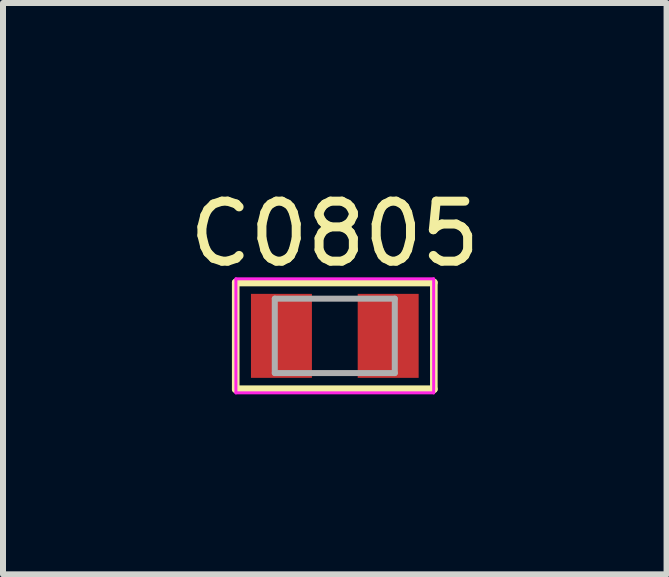
<source format=kicad_pcb>
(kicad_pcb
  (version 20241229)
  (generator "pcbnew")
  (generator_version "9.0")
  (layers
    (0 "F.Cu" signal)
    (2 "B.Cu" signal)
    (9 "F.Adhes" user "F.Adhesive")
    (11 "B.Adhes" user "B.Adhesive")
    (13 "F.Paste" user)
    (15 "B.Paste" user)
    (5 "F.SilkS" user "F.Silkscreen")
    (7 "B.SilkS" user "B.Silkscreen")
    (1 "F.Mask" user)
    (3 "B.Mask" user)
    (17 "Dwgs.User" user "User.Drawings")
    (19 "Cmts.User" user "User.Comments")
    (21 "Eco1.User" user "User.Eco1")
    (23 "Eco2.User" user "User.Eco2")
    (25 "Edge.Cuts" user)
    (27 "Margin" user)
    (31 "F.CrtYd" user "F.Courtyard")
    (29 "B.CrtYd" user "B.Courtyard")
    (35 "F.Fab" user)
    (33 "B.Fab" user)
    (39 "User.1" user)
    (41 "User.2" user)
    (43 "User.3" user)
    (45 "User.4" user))
  (footprint "C0805"
    (layer "F.Cu")
    (at 2.53 2.548)
    (property "Reference" "C0805" (at 0 -1.7 0) (layer "F.SilkS") (effects (font (size 1 1) (thickness 0.15))))
    (attr smd)
    (fp_line (start -1.651 -0.889) (end 1.651 -0.889) (stroke (width 0.127) (type solid)) (layer "F.SilkS"))
    (fp_line (start -1.651 0.889) (end -1.651 -0.889) (stroke (width 0.127) (type solid)) (layer "F.SilkS"))
    (fp_line (start 1.651 -0.889) (end 1.651 0.889) (stroke (width 0.127) (type solid)) (layer "F.SilkS"))
    (fp_line (start 1.651 0.889) (end -1.651 0.889) (stroke (width 0.127) (type solid)) (layer "F.SilkS"))
    (fp_line (start -1.648 -0.95) (end 1.648 -0.95) (stroke (width 0.05) (type solid)) (layer "F.CrtYd"))
    (fp_line (start -1.648 0.95) (end -1.648 -0.95) (stroke (width 0.05) (type solid)) (layer "F.CrtYd"))
    (fp_line (start 1.648 -0.95) (end 1.648 0.95) (stroke (width 0.05) (type solid)) (layer "F.CrtYd"))
    (fp_line (start 1.648 0.95) (end -1.648 0.95) (stroke (width 0.05) (type solid)) (layer "F.CrtYd"))
    (fp_line (start -1 0.62) (end -1 -0.62) (stroke (width 0.1) (type solid)) (layer "F.Fab"))
    (fp_line (start 1 -0.62) (end -1 -0.62) (stroke (width 0.1) (type solid)) (layer "F.Fab"))
    (fp_line (start 1 -0.62) (end 1 0.62) (stroke (width 0.1) (type solid)) (layer "F.Fab"))
    (fp_line (start 1 0.62) (end -1 0.62) (stroke (width 0.1) (type solid)) (layer "F.Fab"))
    (pad "1" smd rect (at -0.889 0) (size 1.016 1.4) (layers "F.Cu" "F.Mask" "F.Paste"))
    (pad "2" smd rect (at 0.89 0) (size 1.016 1.4) (layers "F.Cu" "F.Mask" "F.Paste")))
  (gr_rect
    (start -3 -3)
    (end 8.06 6.523)
    (stroke (width 0.1) (type default))
    (fill no)
    (layer "Edge.Cuts")))
</source>
